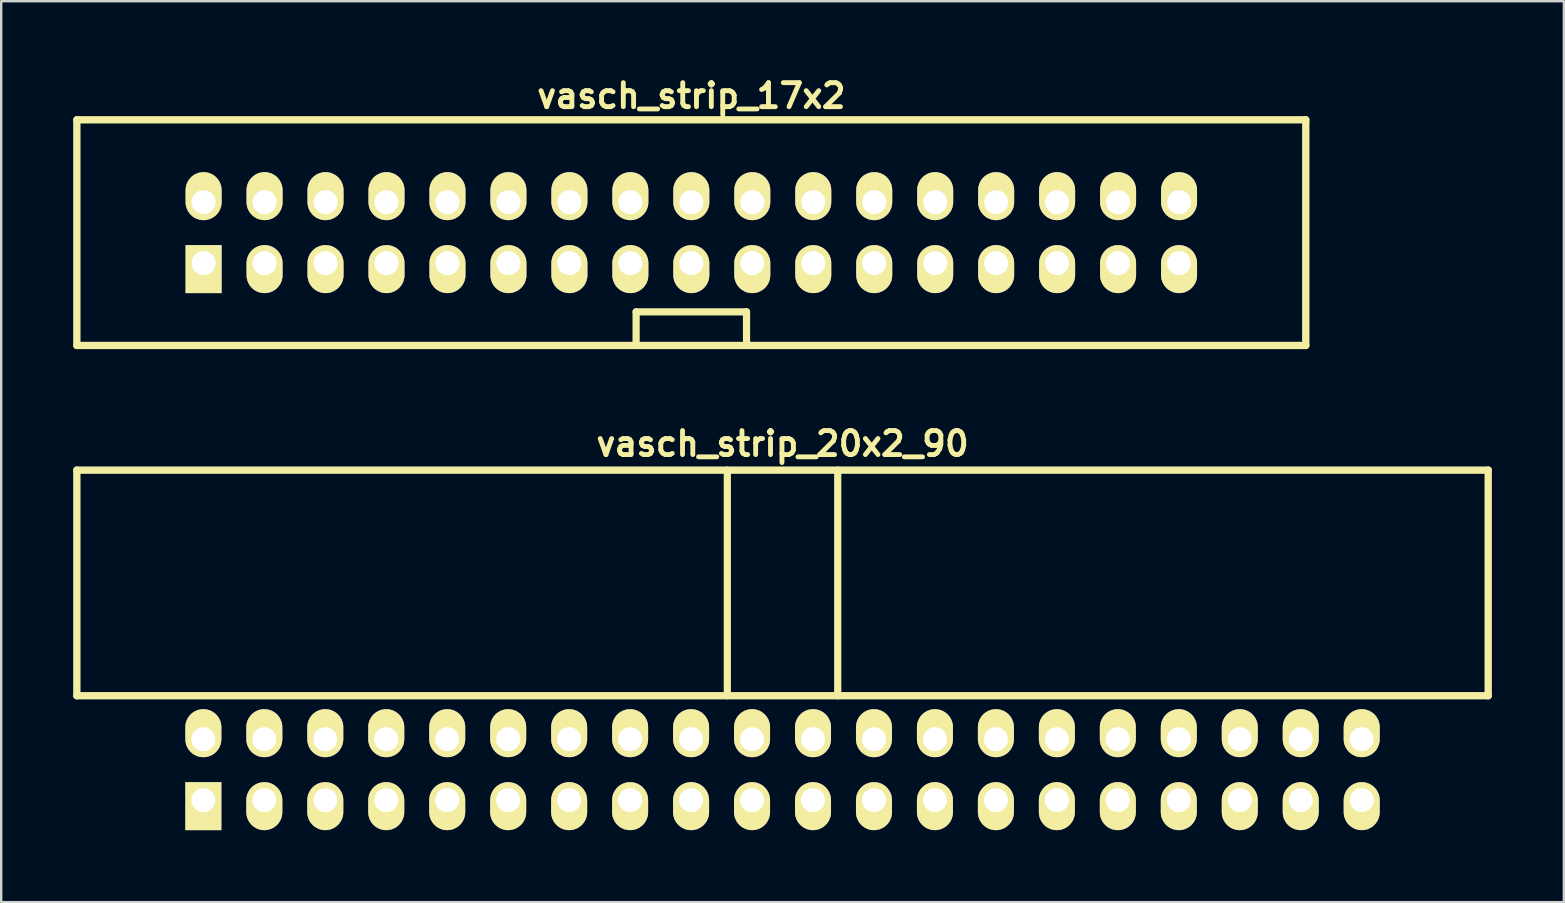
<source format=kicad_pcb>
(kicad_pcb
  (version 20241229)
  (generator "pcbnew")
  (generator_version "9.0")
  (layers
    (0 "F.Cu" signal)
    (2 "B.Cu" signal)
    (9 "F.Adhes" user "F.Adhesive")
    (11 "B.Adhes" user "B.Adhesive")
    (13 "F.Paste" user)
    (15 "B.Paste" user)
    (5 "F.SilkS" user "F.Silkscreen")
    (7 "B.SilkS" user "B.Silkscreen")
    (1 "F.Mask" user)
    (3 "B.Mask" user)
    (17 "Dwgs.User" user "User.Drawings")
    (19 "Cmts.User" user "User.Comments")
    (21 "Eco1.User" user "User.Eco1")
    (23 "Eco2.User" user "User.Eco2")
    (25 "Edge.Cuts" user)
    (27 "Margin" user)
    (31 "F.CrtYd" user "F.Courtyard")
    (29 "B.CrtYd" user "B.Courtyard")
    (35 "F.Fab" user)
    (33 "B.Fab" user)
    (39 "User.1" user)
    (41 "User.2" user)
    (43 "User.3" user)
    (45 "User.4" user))
  (footprint "vasch_strip_20x2_90"
    (layer "F.Cu")
    (at 29.552 23.936)
    (property "Reference" "vasch_strip_20x2_90" (at 0 -8.5 0) (layer "F.SilkS") (effects (font (size 1 1) (thickness 0.203))))
    (attr through_hole)
    (fp_line (start -29.4 -7.4) (end -29.4 2) (stroke (width 0.305) (type solid)) (layer "F.SilkS"))
    (fp_line (start -29.4 2) (end 29.4 2) (stroke (width 0.305) (type solid)) (layer "F.SilkS"))
    (fp_line (start -2.3 -7.4) (end -2.3 2) (stroke (width 0.3) (type solid)) (layer "F.SilkS"))
    (fp_line (start 2.3 -7.4) (end 2.3 2) (stroke (width 0.3) (type solid)) (layer "F.SilkS"))
    (fp_line (start 29.4 -7.4) (end -29.4 -7.4) (stroke (width 0.305) (type solid)) (layer "F.SilkS"))
    (fp_line (start 29.4 -7.4) (end 29.4 2) (stroke (width 0.305) (type solid)) (layer "F.SilkS"))
    (pad "1" thru_hole rect (at -24.13 6.35) (size 1.5 2) (drill 1 (offset 0 0.25)) (layers "*.Cu" "*.Mask" "F.SilkS"))
    (pad "2" thru_hole oval (at -24.13 3.81) (size 1.5 2) (drill 1 (offset 0 -0.25)) (layers "*.Cu" "*.Mask" "F.SilkS"))
    (pad "3" thru_hole oval (at -21.59 6.35) (size 1.5 2) (drill 1 (offset 0 0.25)) (layers "*.Cu" "*.Mask" "F.SilkS"))
    (pad "4" thru_hole oval (at -21.59 3.81) (size 1.5 2) (drill 1 (offset 0 -0.25)) (layers "*.Cu" "*.Mask" "F.SilkS"))
    (pad "5" thru_hole oval (at -19.05 6.35) (size 1.5 2) (drill 1 (offset 0 0.25)) (layers "*.Cu" "*.Mask" "F.SilkS"))
    (pad "6" thru_hole oval (at -19.05 3.81) (size 1.5 2) (drill 1 (offset 0 -0.25)) (layers "*.Cu" "*.Mask" "F.SilkS"))
    (pad "7" thru_hole oval (at -16.51 6.35) (size 1.5 2) (drill 1 (offset 0 0.25)) (layers "*.Cu" "*.Mask" "F.SilkS"))
    (pad "8" thru_hole oval (at -16.51 3.81) (size 1.5 2) (drill 1 (offset 0 -0.25)) (layers "*.Cu" "*.Mask" "F.SilkS"))
    (pad "9" thru_hole oval (at -13.97 6.35) (size 1.5 2) (drill 1 (offset 0 0.25)) (layers "*.Cu" "*.Mask" "F.SilkS"))
    (pad "10" thru_hole oval (at -13.97 3.81) (size 1.5 2) (drill 1 (offset 0 -0.25)) (layers "*.Cu" "*.Mask" "F.SilkS"))
    (pad "11" thru_hole oval (at -11.43 6.35) (size 1.5 2) (drill 1 (offset 0 0.25)) (layers "*.Cu" "*.Mask" "F.SilkS"))
    (pad "12" thru_hole oval (at -11.43 3.81) (size 1.5 2) (drill 1 (offset 0 -0.25)) (layers "*.Cu" "*.Mask" "F.SilkS"))
    (pad "13" thru_hole oval (at -8.89 6.35) (size 1.5 2) (drill 1 (offset 0 0.25)) (layers "*.Cu" "*.Mask" "F.SilkS"))
    (pad "14" thru_hole oval (at -8.89 3.81) (size 1.5 2) (drill 1 (offset 0 -0.25)) (layers "*.Cu" "*.Mask" "F.SilkS"))
    (pad "15" thru_hole oval (at -6.35 6.35) (size 1.5 2) (drill 1 (offset 0 0.25)) (layers "*.Cu" "*.Mask" "F.SilkS"))
    (pad "16" thru_hole oval (at -6.35 3.81) (size 1.5 2) (drill 1 (offset 0 -0.25)) (layers "*.Cu" "*.Mask" "F.SilkS"))
    (pad "17" thru_hole oval (at -3.81 6.35) (size 1.5 2) (drill 1 (offset 0 0.25)) (layers "*.Cu" "*.Mask" "F.SilkS"))
    (pad "18" thru_hole oval (at -3.81 3.81) (size 1.5 2) (drill 1 (offset 0 -0.25)) (layers "*.Cu" "*.Mask" "F.SilkS"))
    (pad "19" thru_hole oval (at -1.27 6.35) (size 1.5 2) (drill 1 (offset 0 0.25)) (layers "*.Cu" "*.Mask" "F.SilkS"))
    (pad "20" thru_hole oval (at -1.27 3.81) (size 1.5 2) (drill 1 (offset 0 -0.25)) (layers "*.Cu" "*.Mask" "F.SilkS"))
    (pad "21" thru_hole oval (at 1.27 6.35) (size 1.5 2) (drill 1 (offset 0 0.25)) (layers "*.Cu" "*.Mask" "F.SilkS"))
    (pad "22" thru_hole oval (at 1.27 3.81) (size 1.5 2) (drill 1 (offset 0 -0.25)) (layers "*.Cu" "*.Mask" "F.SilkS"))
    (pad "23" thru_hole oval (at 3.81 6.35) (size 1.5 2) (drill 1 (offset 0 0.25)) (layers "*.Cu" "*.Mask" "F.SilkS"))
    (pad "24" thru_hole oval (at 3.81 3.81) (size 1.5 2) (drill 1 (offset 0 -0.25)) (layers "*.Cu" "*.Mask" "F.SilkS"))
    (pad "25" thru_hole oval (at 6.35 6.35) (size 1.5 2) (drill 1 (offset 0 0.25)) (layers "*.Cu" "*.Mask" "F.SilkS"))
    (pad "26" thru_hole oval (at 6.35 3.81) (size 1.5 2) (drill 1 (offset 0 -0.25)) (layers "*.Cu" "*.Mask" "F.SilkS"))
    (pad "27" thru_hole oval (at 8.89 6.35) (size 1.5 2) (drill 1 (offset 0 0.25)) (layers "*.Cu" "*.Mask" "F.SilkS"))
    (pad "28" thru_hole oval (at 8.89 3.81) (size 1.5 2) (drill 1 (offset 0 -0.25)) (layers "*.Cu" "*.Mask" "F.SilkS"))
    (pad "29" thru_hole oval (at 11.43 6.35) (size 1.5 2) (drill 1 (offset 0 0.25)) (layers "*.Cu" "*.Mask" "F.SilkS"))
    (pad "30" thru_hole oval (at 11.43 3.81) (size 1.5 2) (drill 1 (offset 0 -0.25)) (layers "*.Cu" "*.Mask" "F.SilkS"))
    (pad "31" thru_hole oval (at 13.97 6.35) (size 1.5 2) (drill 1 (offset 0 0.25)) (layers "*.Cu" "*.Mask" "F.SilkS"))
    (pad "32" thru_hole oval (at 13.97 3.81) (size 1.5 2) (drill 1 (offset 0 -0.25)) (layers "*.Cu" "*.Mask" "F.SilkS"))
    (pad "33" thru_hole oval (at 16.51 6.35) (size 1.5 2) (drill 1 (offset 0 0.25)) (layers "*.Cu" "*.Mask" "F.SilkS"))
    (pad "34" thru_hole oval (at 16.51 3.81) (size 1.5 2) (drill 1 (offset 0 -0.25)) (layers "*.Cu" "*.Mask" "F.SilkS"))
    (pad "35" thru_hole oval (at 19.05 6.35) (size 1.5 2) (drill 1 (offset 0 0.25)) (layers "*.Cu" "*.Mask" "F.SilkS"))
    (pad "36" thru_hole oval (at 19.05 3.81) (size 1.5 2) (drill 1 (offset 0 -0.25)) (layers "*.Cu" "*.Mask" "F.SilkS"))
    (pad "37" thru_hole oval (at 21.59 6.35) (size 1.5 2) (drill 1 (offset 0 0.25)) (layers "*.Cu" "*.Mask" "F.SilkS"))
    (pad "38" thru_hole oval (at 21.59 3.81) (size 1.5 2) (drill 1 (offset 0 -0.25)) (layers "*.Cu" "*.Mask" "F.SilkS"))
    (pad "39" thru_hole oval (at 24.13 6.35) (size 1.5 2) (drill 1 (offset 0 0.25)) (layers "*.Cu" "*.Mask" "F.SilkS"))
    (pad "40" thru_hole oval (at 24.13 3.81) (size 1.5 2) (drill 1 (offset 0 -0.25)) (layers "*.Cu" "*.Mask" "F.SilkS")))
  (footprint "vasch_strip_17x2"
    (layer "F.Cu")
    (at 25.752 6.642)
    (property "Reference" "vasch_strip_17x2" (at 0 -5.7 0) (layer "F.SilkS") (effects (font (size 1 1) (thickness 0.203))))
    (attr through_hole)
    (fp_line (start -25.6 -4.7) (end -25.6 4.7) (stroke (width 0.305) (type solid)) (layer "F.SilkS"))
    (fp_line (start -25.6 4.7) (end 25.6 4.7) (stroke (width 0.305) (type solid)) (layer "F.SilkS"))
    (fp_line (start -2.3 3.3) (end -2.3 4.7) (stroke (width 0.3) (type solid)) (layer "F.SilkS"))
    (fp_line (start 2.3 3.3) (end -2.3 3.3) (stroke (width 0.3) (type solid)) (layer "F.SilkS"))
    (fp_line (start 2.3 4.7) (end 2.3 3.3) (stroke (width 0.3) (type solid)) (layer "F.SilkS"))
    (fp_line (start 25.6 -4.7) (end -25.6 -4.7) (stroke (width 0.305) (type solid)) (layer "F.SilkS"))
    (fp_line (start 25.6 -4.7) (end 25.6 4.7) (stroke (width 0.305) (type solid)) (layer "F.SilkS"))
    (pad "1" thru_hole rect (at -20.32 1.27) (size 1.5 2) (drill 1 (offset 0 0.25)) (layers "*.Cu" "*.Mask" "F.SilkS"))
    (pad "2" thru_hole oval (at -20.32 -1.27) (size 1.5 2) (drill 1 (offset 0 -0.25)) (layers "*.Cu" "*.Mask" "F.SilkS"))
    (pad "3" thru_hole oval (at -17.78 1.27) (size 1.5 2) (drill 1 (offset 0 0.25)) (layers "*.Cu" "*.Mask" "F.SilkS"))
    (pad "4" thru_hole oval (at -17.78 -1.27) (size 1.5 2) (drill 1 (offset 0 -0.25)) (layers "*.Cu" "*.Mask" "F.SilkS"))
    (pad "5" thru_hole oval (at -15.24 1.27) (size 1.5 2) (drill 1 (offset 0 0.25)) (layers "*.Cu" "*.Mask" "F.SilkS"))
    (pad "6" thru_hole oval (at -15.24 -1.27) (size 1.5 2) (drill 1 (offset 0 -0.25)) (layers "*.Cu" "*.Mask" "F.SilkS"))
    (pad "7" thru_hole oval (at -12.7 1.27) (size 1.5 2) (drill 1 (offset 0 0.25)) (layers "*.Cu" "*.Mask" "F.SilkS"))
    (pad "8" thru_hole oval (at -12.7 -1.27) (size 1.5 2) (drill 1 (offset 0 -0.25)) (layers "*.Cu" "*.Mask" "F.SilkS"))
    (pad "9" thru_hole oval (at -10.16 1.27) (size 1.5 2) (drill 1 (offset 0 0.25)) (layers "*.Cu" "*.Mask" "F.SilkS"))
    (pad "10" thru_hole oval (at -10.16 -1.27) (size 1.5 2) (drill 1 (offset 0 -0.25)) (layers "*.Cu" "*.Mask" "F.SilkS"))
    (pad "11" thru_hole oval (at -7.62 1.27) (size 1.5 2) (drill 1 (offset 0 0.25)) (layers "*.Cu" "*.Mask" "F.SilkS"))
    (pad "12" thru_hole oval (at -7.62 -1.27) (size 1.5 2) (drill 1 (offset 0 -0.25)) (layers "*.Cu" "*.Mask" "F.SilkS"))
    (pad "13" thru_hole oval (at -5.08 1.27) (size 1.5 2) (drill 1 (offset 0 0.25)) (layers "*.Cu" "*.Mask" "F.SilkS"))
    (pad "14" thru_hole oval (at -5.08 -1.27) (size 1.5 2) (drill 1 (offset 0 -0.25)) (layers "*.Cu" "*.Mask" "F.SilkS"))
    (pad "15" thru_hole oval (at -2.54 1.27) (size 1.5 2) (drill 1 (offset 0 0.25)) (layers "*.Cu" "*.Mask" "F.SilkS"))
    (pad "16" thru_hole oval (at -2.54 -1.27) (size 1.5 2) (drill 1 (offset 0 -0.25)) (layers "*.Cu" "*.Mask" "F.SilkS"))
    (pad "17" thru_hole oval (at 0 1.27) (size 1.5 2) (drill 1 (offset 0 0.25)) (layers "*.Cu" "*.Mask" "F.SilkS"))
    (pad "18" thru_hole oval (at 0 -1.27) (size 1.5 2) (drill 1 (offset 0 -0.25)) (layers "*.Cu" "*.Mask" "F.SilkS"))
    (pad "19" thru_hole oval (at 2.54 1.27) (size 1.5 2) (drill 1 (offset 0 0.25)) (layers "*.Cu" "*.Mask" "F.SilkS"))
    (pad "20" thru_hole oval (at 2.54 -1.27) (size 1.5 2) (drill 1 (offset 0 -0.25)) (layers "*.Cu" "*.Mask" "F.SilkS"))
    (pad "21" thru_hole oval (at 5.08 1.27) (size 1.5 2) (drill 1 (offset 0 0.25)) (layers "*.Cu" "*.Mask" "F.SilkS"))
    (pad "22" thru_hole oval (at 5.08 -1.27) (size 1.5 2) (drill 1 (offset 0 -0.25)) (layers "*.Cu" "*.Mask" "F.SilkS"))
    (pad "23" thru_hole oval (at 7.62 1.27) (size 1.5 2) (drill 1 (offset 0 0.25)) (layers "*.Cu" "*.Mask" "F.SilkS"))
    (pad "24" thru_hole oval (at 7.62 -1.27) (size 1.5 2) (drill 1 (offset 0 -0.25)) (layers "*.Cu" "*.Mask" "F.SilkS"))
    (pad "25" thru_hole oval (at 10.16 1.27) (size 1.5 2) (drill 1 (offset 0 0.25)) (layers "*.Cu" "*.Mask" "F.SilkS"))
    (pad "26" thru_hole oval (at 10.16 -1.27) (size 1.5 2) (drill 1 (offset 0 -0.25)) (layers "*.Cu" "*.Mask" "F.SilkS"))
    (pad "27" thru_hole oval (at 12.7 1.27) (size 1.5 2) (drill 1 (offset 0 0.25)) (layers "*.Cu" "*.Mask" "F.SilkS"))
    (pad "28" thru_hole oval (at 12.7 -1.27) (size 1.5 2) (drill 1 (offset 0 -0.25)) (layers "*.Cu" "*.Mask" "F.SilkS"))
    (pad "29" thru_hole oval (at 15.24 1.27) (size 1.5 2) (drill 1 (offset 0 0.25)) (layers "*.Cu" "*.Mask" "F.SilkS"))
    (pad "30" thru_hole oval (at 15.24 -1.27) (size 1.5 2) (drill 1 (offset 0 -0.25)) (layers "*.Cu" "*.Mask" "F.SilkS"))
    (pad "31" thru_hole oval (at 17.78 1.27) (size 1.5 2) (drill 1 (offset 0 0.25)) (layers "*.Cu" "*.Mask" "F.SilkS"))
    (pad "32" thru_hole oval (at 17.78 -1.27) (size 1.5 2) (drill 1 (offset 0 -0.25)) (layers "*.Cu" "*.Mask" "F.SilkS"))
    (pad "33" thru_hole oval (at 20.32 1.27) (size 1.5 2) (drill 1 (offset 0 0.25)) (layers "*.Cu" "*.Mask" "F.SilkS"))
    (pad "34" thru_hole oval (at 20.32 -1.27) (size 1.5 2) (drill 1 (offset 0 -0.25)) (layers "*.Cu" "*.Mask" "F.SilkS")))
  (gr_rect
    (start -3 -3)
    (end 62.105 34.536)
    (stroke (width 0.1) (type default))
    (fill no)
    (layer "Edge.Cuts")))
</source>
